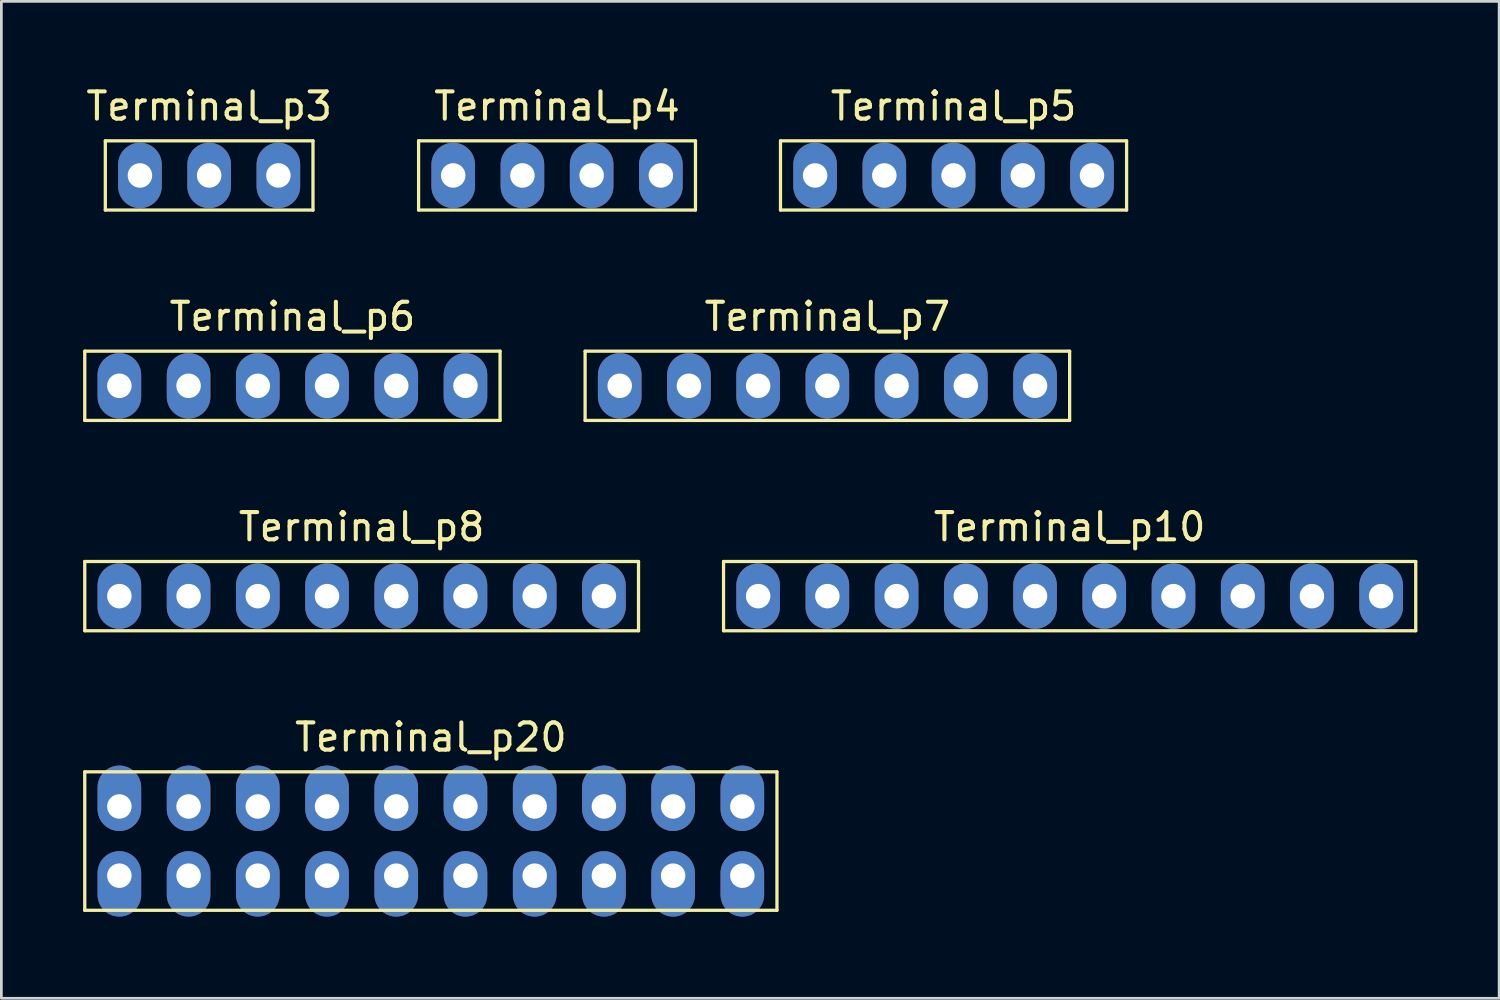
<source format=kicad_pcb>
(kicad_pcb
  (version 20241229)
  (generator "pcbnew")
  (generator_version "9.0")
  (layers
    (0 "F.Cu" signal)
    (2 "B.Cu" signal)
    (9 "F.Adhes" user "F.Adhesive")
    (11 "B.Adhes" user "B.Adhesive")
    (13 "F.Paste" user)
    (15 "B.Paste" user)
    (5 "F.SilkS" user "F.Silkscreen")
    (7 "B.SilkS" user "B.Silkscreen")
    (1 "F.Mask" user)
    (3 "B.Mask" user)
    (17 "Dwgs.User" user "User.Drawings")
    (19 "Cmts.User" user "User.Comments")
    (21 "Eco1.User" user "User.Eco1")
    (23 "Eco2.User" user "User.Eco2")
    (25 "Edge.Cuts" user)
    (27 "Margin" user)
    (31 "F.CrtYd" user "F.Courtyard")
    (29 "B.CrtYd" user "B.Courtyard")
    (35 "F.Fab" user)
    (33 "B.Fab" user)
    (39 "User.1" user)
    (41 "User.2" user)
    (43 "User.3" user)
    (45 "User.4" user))
  (footprint "Terminal_p5"
    (layer "F.Cu")
    (at 31.94 3.388)
    (property "Reference" "Terminal_p5" (at 0 -2.54 0) (layer "F.SilkS") (effects (font (size 1 1) (thickness 0.15))))
    (attr through_hole)
    (fp_line (start -6.35 -1.27) (end 6.35 -1.27) (stroke (width 0.12) (type solid)) (layer "F.SilkS"))
    (fp_line (start -6.35 1.27) (end -6.35 -1.27) (stroke (width 0.12) (type solid)) (layer "F.SilkS"))
    (fp_line (start 6.35 -1.27) (end 6.35 1.27) (stroke (width 0.12) (type solid)) (layer "F.SilkS"))
    (fp_line (start 6.35 1.27) (end -6.35 1.27) (stroke (width 0.12) (type solid)) (layer "F.SilkS"))
    (pad "1" thru_hole oval (at -5.08 0) (size 1.6 2.4) (drill 0.9) (layers "*.Cu" "*.Mask"))
    (pad "2" thru_hole oval (at -2.54 0) (size 1.6 2.4) (drill 0.9) (layers "*.Cu" "*.Mask"))
    (pad "3" thru_hole oval (at 0 0) (size 1.6 2.4) (drill 0.9) (layers "*.Cu" "*.Mask"))
    (pad "4" thru_hole oval (at 2.54 0) (size 1.6 2.4) (drill 0.9) (layers "*.Cu" "*.Mask"))
    (pad "5" thru_hole oval (at 5.08 0) (size 1.6 2.4) (drill 0.9) (layers "*.Cu" "*.Mask")))
  (footprint "Terminal_p20"
    (layer "F.Cu")
    (at 12.76 27.813)
    (property "Reference" "Terminal_p20" (at 0 -3.81 0) (layer "F.SilkS") (effects (font (size 1 1) (thickness 0.15))))
    (attr through_hole)
    (fp_line (start -12.7 -2.54) (end -12.7 2.54) (stroke (width 0.12) (type solid)) (layer "F.SilkS"))
    (fp_line (start -12.7 -2.54) (end 12.7 -2.54) (stroke (width 0.12) (type solid)) (layer "F.SilkS"))
    (fp_line (start 12.7 -2.54) (end 12.7 2.54) (stroke (width 0.12) (type solid)) (layer "F.SilkS"))
    (fp_line (start 12.7 2.54) (end -12.7 2.54) (stroke (width 0.12) (type solid)) (layer "F.SilkS"))
    (pad "1" thru_hole oval (at -11.43 -1.27) (size 1.6 2.4) (drill 0.9 (offset 0 -0.3)) (layers "*.Cu" "*.Mask"))
    (pad "2" thru_hole oval (at -11.43 1.27) (size 1.6 2.4) (drill 0.9 (offset 0 0.3)) (layers "*.Cu" "*.Mask"))
    (pad "3" thru_hole oval (at -8.89 -1.27) (size 1.6 2.4) (drill 0.9 (offset 0 -0.3)) (layers "*.Cu" "*.Mask"))
    (pad "4" thru_hole oval (at -8.89 1.27) (size 1.6 2.4) (drill 0.9 (offset 0 0.3)) (layers "*.Cu" "*.Mask"))
    (pad "5" thru_hole oval (at -6.35 -1.27) (size 1.6 2.4) (drill 0.9 (offset 0 -0.3)) (layers "*.Cu" "*.Mask"))
    (pad "6" thru_hole oval (at -6.35 1.27) (size 1.6 2.4) (drill 0.9 (offset 0 0.3)) (layers "*.Cu" "*.Mask"))
    (pad "7" thru_hole oval (at -3.81 -1.27) (size 1.6 2.4) (drill 0.9 (offset 0 -0.3)) (layers "*.Cu" "*.Mask"))
    (pad "8" thru_hole oval (at -3.81 1.27) (size 1.6 2.4) (drill 0.9 (offset 0 0.3)) (layers "*.Cu" "*.Mask"))
    (pad "9" thru_hole oval (at -1.27 -1.27) (size 1.6 2.4) (drill 0.9 (offset 0 -0.3)) (layers "*.Cu" "*.Mask"))
    (pad "10" thru_hole oval (at -1.27 1.27) (size 1.6 2.4) (drill 0.9 (offset 0 0.3)) (layers "*.Cu" "*.Mask"))
    (pad "11" thru_hole oval (at 1.27 -1.27) (size 1.6 2.4) (drill 0.9 (offset 0 -0.3)) (layers "*.Cu" "*.Mask"))
    (pad "12" thru_hole oval (at 1.27 1.27) (size 1.6 2.4) (drill 0.9 (offset 0 0.3)) (layers "*.Cu" "*.Mask"))
    (pad "13" thru_hole oval (at 3.81 -1.27) (size 1.6 2.4) (drill 0.9 (offset 0 -0.3)) (layers "*.Cu" "*.Mask"))
    (pad "14" thru_hole oval (at 3.81 1.27) (size 1.6 2.4) (drill 0.9 (offset 0 0.3)) (layers "*.Cu" "*.Mask"))
    (pad "15" thru_hole oval (at 6.35 -1.27) (size 1.6 2.4) (drill 0.9 (offset 0 -0.3)) (layers "*.Cu" "*.Mask"))
    (pad "16" thru_hole oval (at 6.35 1.27) (size 1.6 2.4) (drill 0.9 (offset 0 0.3)) (layers "*.Cu" "*.Mask"))
    (pad "17" thru_hole oval (at 8.89 -1.27) (size 1.6 2.4) (drill 0.9 (offset 0 -0.3)) (layers "*.Cu" "*.Mask"))
    (pad "18" thru_hole oval (at 8.89 1.27) (size 1.6 2.4) (drill 0.9 (offset 0 0.3)) (layers "*.Cu" "*.Mask"))
    (pad "19" thru_hole oval (at 11.43 -1.27) (size 1.6 2.4) (drill 0.9 (offset 0 -0.3)) (layers "*.Cu" "*.Mask"))
    (pad "20" thru_hole oval (at 11.43 1.27) (size 1.6 2.4) (drill 0.9 (offset 0 0.3)) (layers "*.Cu" "*.Mask")))
  (footprint "Terminal_p7"
    (layer "F.Cu")
    (at 27.31 11.107)
    (property "Reference" "Terminal_p7" (at 0 -2.54 0) (layer "F.SilkS") (effects (font (size 1 1) (thickness 0.15))))
    (attr through_hole)
    (fp_line (start -8.89 -1.27) (end 8.89 -1.27) (stroke (width 0.12) (type solid)) (layer "F.SilkS"))
    (fp_line (start -8.89 1.27) (end -8.89 -1.27) (stroke (width 0.12) (type solid)) (layer "F.SilkS"))
    (fp_line (start 8.89 -1.27) (end 8.89 1.27) (stroke (width 0.12) (type solid)) (layer "F.SilkS"))
    (fp_line (start 8.89 1.27) (end -8.89 1.27) (stroke (width 0.12) (type solid)) (layer "F.SilkS"))
    (pad "1" thru_hole oval (at -7.62 0) (size 1.6 2.4) (drill 0.9) (layers "*.Cu" "*.Mask"))
    (pad "2" thru_hole oval (at -5.08 0) (size 1.6 2.4) (drill 0.9) (layers "*.Cu" "*.Mask"))
    (pad "3" thru_hole oval (at -2.54 0) (size 1.6 2.4) (drill 0.9) (layers "*.Cu" "*.Mask"))
    (pad "4" thru_hole oval (at 0 0) (size 1.6 2.4) (drill 0.9) (layers "*.Cu" "*.Mask"))
    (pad "5" thru_hole oval (at 2.54 0) (size 1.6 2.4) (drill 0.9) (layers "*.Cu" "*.Mask"))
    (pad "6" thru_hole oval (at 5.08 0) (size 1.6 2.4) (drill 0.9) (layers "*.Cu" "*.Mask"))
    (pad "7" thru_hole oval (at 7.62 0) (size 1.6 2.4) (drill 0.9) (layers "*.Cu" "*.Mask")))
  (footprint "Terminal_p4"
    (layer "F.Cu")
    (at 17.39 3.388)
    (property "Reference" "Terminal_p4" (at 0 -2.54 0) (layer "F.SilkS") (effects (font (size 1 1) (thickness 0.15))))
    (attr through_hole)
    (fp_line (start -5.08 -1.27) (end 5.08 -1.27) (stroke (width 0.12) (type solid)) (layer "F.SilkS"))
    (fp_line (start -5.08 1.27) (end -5.08 -1.27) (stroke (width 0.12) (type solid)) (layer "F.SilkS"))
    (fp_line (start 5.08 -1.27) (end 5.08 1.27) (stroke (width 0.12) (type solid)) (layer "F.SilkS"))
    (fp_line (start 5.08 1.27) (end -5.08 1.27) (stroke (width 0.12) (type solid)) (layer "F.SilkS"))
    (pad "1" thru_hole oval (at -3.81 0) (size 1.6 2.4) (drill 0.9) (layers "*.Cu" "*.Mask"))
    (pad "2" thru_hole oval (at -1.27 0) (size 1.6 2.4) (drill 0.9) (layers "*.Cu" "*.Mask"))
    (pad "3" thru_hole oval (at 1.27 0) (size 1.6 2.4) (drill 0.9) (layers "*.Cu" "*.Mask"))
    (pad "4" thru_hole oval (at 3.81 0) (size 1.6 2.4) (drill 0.9) (layers "*.Cu" "*.Mask")))
  (footprint "Terminal_p6"
    (layer "F.Cu")
    (at 7.68 11.107)
    (property "Reference" "Terminal_p6" (at 0 -2.54 0) (layer "F.SilkS") (effects (font (size 1 1) (thickness 0.15))))
    (attr through_hole)
    (fp_line (start -7.62 -1.27) (end 7.62 -1.27) (stroke (width 0.12) (type solid)) (layer "F.SilkS"))
    (fp_line (start -7.62 1.27) (end -7.62 -1.27) (stroke (width 0.12) (type solid)) (layer "F.SilkS"))
    (fp_line (start 7.62 -1.27) (end 7.62 1.27) (stroke (width 0.12) (type solid)) (layer "F.SilkS"))
    (fp_line (start 7.62 1.27) (end -7.62 1.27) (stroke (width 0.12) (type solid)) (layer "F.SilkS"))
    (pad "1" thru_hole oval (at -6.35 0) (size 1.6 2.4) (drill 0.9) (layers "*.Cu" "*.Mask"))
    (pad "2" thru_hole oval (at -3.81 0) (size 1.6 2.4) (drill 0.9) (layers "*.Cu" "*.Mask"))
    (pad "3" thru_hole oval (at -1.27 0) (size 1.6 2.4) (drill 0.9) (layers "*.Cu" "*.Mask"))
    (pad "4" thru_hole oval (at 1.27 0) (size 1.6 2.4) (drill 0.9) (layers "*.Cu" "*.Mask"))
    (pad "5" thru_hole oval (at 3.81 0) (size 1.6 2.4) (drill 0.9) (layers "*.Cu" "*.Mask"))
    (pad "6" thru_hole oval (at 6.35 0) (size 1.6 2.4) (drill 0.9) (layers "*.Cu" "*.Mask")))
  (footprint "Terminal_p8"
    (layer "F.Cu")
    (at 10.22 18.825)
    (property "Reference" "Terminal_p8" (at 0 -2.54 0) (layer "F.SilkS") (effects (font (size 1 1) (thickness 0.15))))
    (attr through_hole)
    (fp_line (start -10.16 -1.27) (end 10.16 -1.27) (stroke (width 0.12) (type solid)) (layer "F.SilkS"))
    (fp_line (start -10.16 1.27) (end -10.16 -1.27) (stroke (width 0.12) (type solid)) (layer "F.SilkS"))
    (fp_line (start 10.16 -1.27) (end 10.16 1.27) (stroke (width 0.12) (type solid)) (layer "F.SilkS"))
    (fp_line (start 10.16 1.27) (end -10.16 1.27) (stroke (width 0.12) (type solid)) (layer "F.SilkS"))
    (pad "1" thru_hole oval (at -8.89 0) (size 1.6 2.4) (drill 0.9) (layers "*.Cu" "*.Mask"))
    (pad "2" thru_hole oval (at -6.35 0) (size 1.6 2.4) (drill 0.9) (layers "*.Cu" "*.Mask"))
    (pad "3" thru_hole oval (at -3.81 0) (size 1.6 2.4) (drill 0.9) (layers "*.Cu" "*.Mask"))
    (pad "4" thru_hole oval (at -1.27 0) (size 1.6 2.4) (drill 0.9) (layers "*.Cu" "*.Mask"))
    (pad "5" thru_hole oval (at 1.27 0) (size 1.6 2.4) (drill 0.9) (layers "*.Cu" "*.Mask"))
    (pad "6" thru_hole oval (at 3.81 0) (size 1.6 2.4) (drill 0.9) (layers "*.Cu" "*.Mask"))
    (pad "7" thru_hole oval (at 6.35 0) (size 1.6 2.4) (drill 0.9) (layers "*.Cu" "*.Mask"))
    (pad "8" thru_hole oval (at 8.89 0) (size 1.6 2.4) (drill 0.9) (layers "*.Cu" "*.Mask")))
  (footprint "Terminal_p10"
    (layer "F.Cu")
    (at 36.2 18.825)
    (property "Reference" "Terminal_p10" (at 0 -2.54 0) (layer "F.SilkS") (effects (font (size 1 1) (thickness 0.15))))
    (attr through_hole)
    (fp_line (start -12.7 -1.27) (end -12.7 1.27) (stroke (width 0.12) (type solid)) (layer "F.SilkS"))
    (fp_line (start -12.7 -1.27) (end 12.7 -1.27) (stroke (width 0.12) (type solid)) (layer "F.SilkS"))
    (fp_line (start 12.7 1.27) (end -12.7 1.27) (stroke (width 0.12) (type solid)) (layer "F.SilkS"))
    (fp_line (start 12.7 1.27) (end 12.7 -1.27) (stroke (width 0.12) (type solid)) (layer "F.SilkS"))
    (pad "1" thru_hole oval (at -11.43 0) (size 1.6 2.4) (drill 0.9) (layers "*.Cu" "*.Mask"))
    (pad "2" thru_hole oval (at -8.89 0) (size 1.6 2.4) (drill 0.9) (layers "*.Cu" "*.Mask"))
    (pad "3" thru_hole oval (at -6.35 0) (size 1.6 2.4) (drill 0.9) (layers "*.Cu" "*.Mask"))
    (pad "4" thru_hole oval (at -3.81 0) (size 1.6 2.4) (drill 0.9) (layers "*.Cu" "*.Mask"))
    (pad "5" thru_hole oval (at -1.27 0) (size 1.6 2.4) (drill 0.9) (layers "*.Cu" "*.Mask"))
    (pad "6" thru_hole oval (at 1.27 0) (size 1.6 2.4) (drill 0.9) (layers "*.Cu" "*.Mask"))
    (pad "7" thru_hole oval (at 3.81 0) (size 1.6 2.4) (drill 0.9) (layers "*.Cu" "*.Mask"))
    (pad "8" thru_hole oval (at 6.35 0) (size 1.6 2.4) (drill 0.9) (layers "*.Cu" "*.Mask"))
    (pad "9" thru_hole oval (at 8.89 0) (size 1.6 2.4) (drill 0.9) (layers "*.Cu" "*.Mask"))
    (pad "10" thru_hole oval (at 11.43 0) (size 1.6 2.4) (drill 0.9) (layers "*.Cu" "*.Mask")))
  (footprint "Terminal_p3"
    (layer "F.Cu")
    (at 4.625 3.388)
    (property "Reference" "Terminal_p3" (at 0 -2.54 0) (layer "F.SilkS") (effects (font (size 1 1) (thickness 0.15))))
    (attr through_hole)
    (fp_line (start -3.81 -1.27) (end 3.81 -1.27) (stroke (width 0.12) (type solid)) (layer "F.SilkS"))
    (fp_line (start -3.81 1.27) (end -3.81 -1.27) (stroke (width 0.12) (type solid)) (layer "F.SilkS"))
    (fp_line (start 3.81 -1.27) (end 3.81 1.27) (stroke (width 0.12) (type solid)) (layer "F.SilkS"))
    (fp_line (start 3.81 1.27) (end -3.81 1.27) (stroke (width 0.12) (type solid)) (layer "F.SilkS"))
    (pad "1" thru_hole oval (at -2.54 0) (size 1.6 2.4) (drill 0.9) (layers "*.Cu" "*.Mask"))
    (pad "2" thru_hole oval (at 0 0) (size 1.6 2.4) (drill 0.9) (layers "*.Cu" "*.Mask"))
    (pad "3" thru_hole oval (at 2.54 0) (size 1.6 2.4) (drill 0.9) (layers "*.Cu" "*.Mask")))
  (gr_rect
    (start -3 -3)
    (end 51.96 33.583)
    (stroke (width 0.1) (type default))
    (fill no)
    (layer "Edge.Cuts")))
</source>
